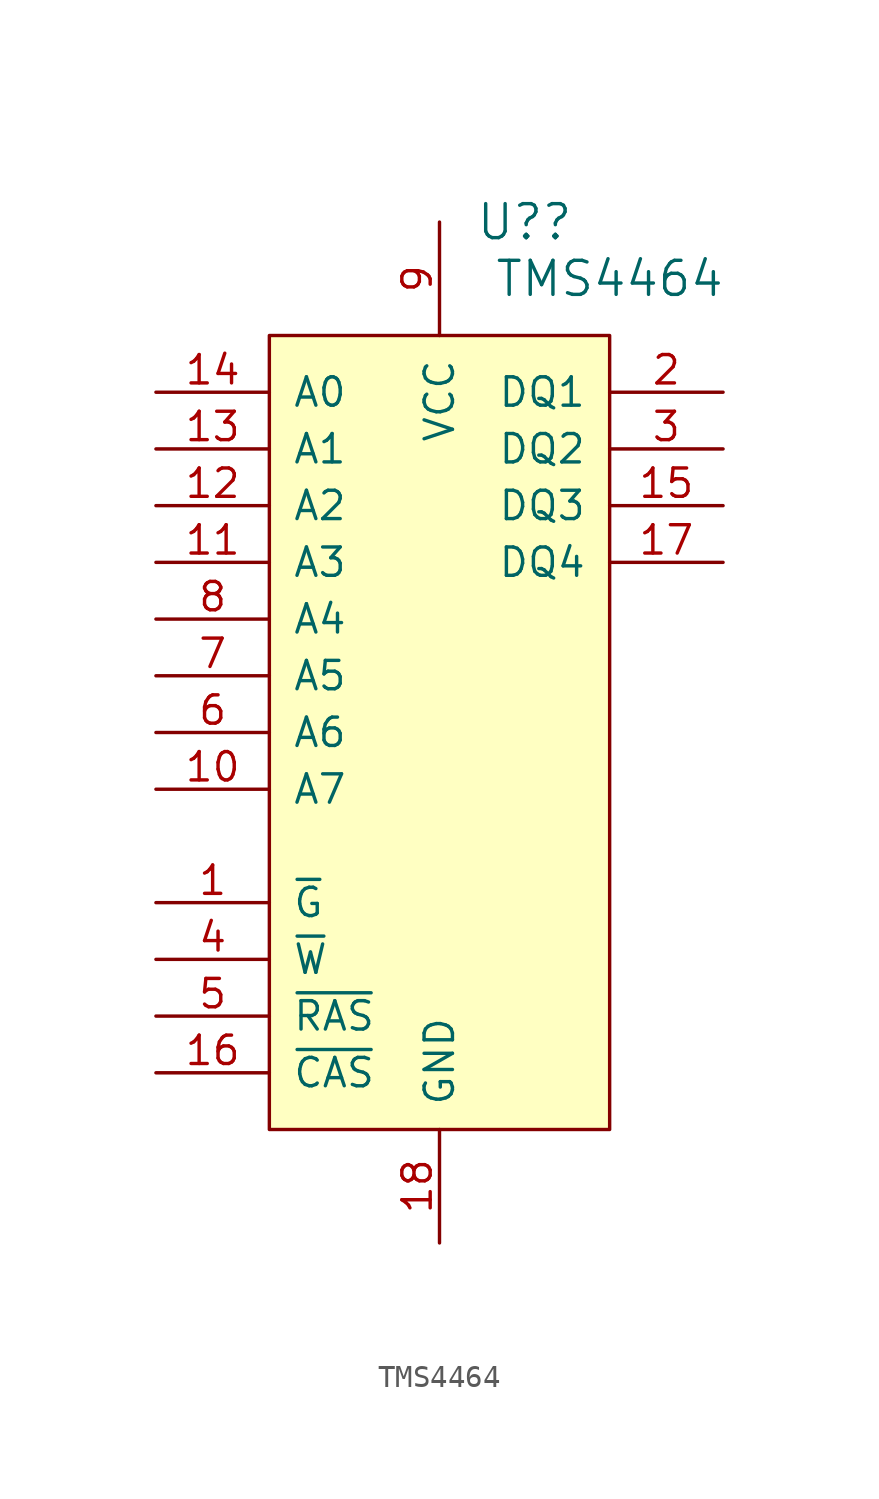
<source format=kicad_sym>
(kicad_symbol_lib
  (version 20211014)
  (generator kicad_symbol_editor)
  (symbol "TMS4464"
    (pin_names
      (offset 1.016))
    (property "Reference" "U?"
      (at 3.81 21.59 0)
      (effects (font (size 1.524 1.524))))
    (property "Value" "TMS4464"
      (at 7.62 19.05 0)
      (effects (font (size 1.524 1.524))))
    (symbol "TMS4464_0_1"
      (rectangle (start -7.62 16.51) (end 7.62 -19.05) (stroke (width 0) (type default) (color 0 0 0 0)) (fill (type background))))
    (symbol "TMS4464_1_1"
      (pin input line (at -12.7 -8.89 0) (length 5.08) (name "~{G}" (effects (font (size 1.27 1.27)))) (number "1" (effects (font (size 1.27 1.27)))))
      (pin input line (at -12.7 -3.81 0) (length 5.08) (name "A7" (effects (font (size 1.27 1.27)))) (number "10" (effects (font (size 1.27 1.27)))))
      (pin input line (at -12.7 6.35 0) (length 5.08) (name "A3" (effects (font (size 1.27 1.27)))) (number "11" (effects (font (size 1.27 1.27)))))
      (pin input line (at -12.7 8.89 0) (length 5.08) (name "A2" (effects (font (size 1.27 1.27)))) (number "12" (effects (font (size 1.27 1.27)))))
      (pin input line (at -12.7 11.43 0) (length 5.08) (name "A1" (effects (font (size 1.27 1.27)))) (number "13" (effects (font (size 1.27 1.27)))))
      (pin input line (at -12.7 13.97 0) (length 5.08) (name "A0" (effects (font (size 1.27 1.27)))) (number "14" (effects (font (size 1.27 1.27)))))
      (pin tri_state line (at 12.7 8.89 180) (length 5.08) (name "DQ3" (effects (font (size 1.27 1.27)))) (number "15" (effects (font (size 1.27 1.27)))))
      (pin input line (at -12.7 -16.51 0) (length 5.08) (name "~{CAS}" (effects (font (size 1.27 1.27)))) (number "16" (effects (font (size 1.27 1.27)))))
      (pin tri_state line (at 12.7 6.35 180) (length 5.08) (name "DQ4" (effects (font (size 1.27 1.27)))) (number "17" (effects (font (size 1.27 1.27)))))
      (pin power_in line (at 0 -24.13 90) (length 5.08) (name "GND" (effects (font (size 1.27 1.27)))) (number "18" (effects (font (size 1.27 1.27)))))
      (pin tri_state line (at 12.7 13.97 180) (length 5.08) (name "DQ1" (effects (font (size 1.27 1.27)))) (number "2" (effects (font (size 1.27 1.27)))))
      (pin tri_state line (at 12.7 11.43 180) (length 5.08) (name "DQ2" (effects (font (size 1.27 1.27)))) (number "3" (effects (font (size 1.27 1.27)))))
      (pin input line (at -12.7 -11.43 0) (length 5.08) (name "~{W}" (effects (font (size 1.27 1.27)))) (number "4" (effects (font (size 1.27 1.27)))))
      (pin input line (at -12.7 -13.97 0) (length 5.08) (name "~{RAS}" (effects (font (size 1.27 1.27)))) (number "5" (effects (font (size 1.27 1.27)))))
      (pin input line (at -12.7 -1.27 0) (length 5.08) (name "A6" (effects (font (size 1.27 1.27)))) (number "6" (effects (font (size 1.27 1.27)))))
      (pin input line (at -12.7 1.27 0) (length 5.08) (name "A5" (effects (font (size 1.27 1.27)))) (number "7" (effects (font (size 1.27 1.27)))))
      (pin input line (at -12.7 3.81 0) (length 5.08) (name "A4" (effects (font (size 1.27 1.27)))) (number "8" (effects (font (size 1.27 1.27)))))
      (pin power_in line (at 0 21.59 270) (length 5.08) (name "VCC" (effects (font (size 1.27 1.27)))) (number "9" (effects (font (size 1.27 1.27))))))))
</source>
